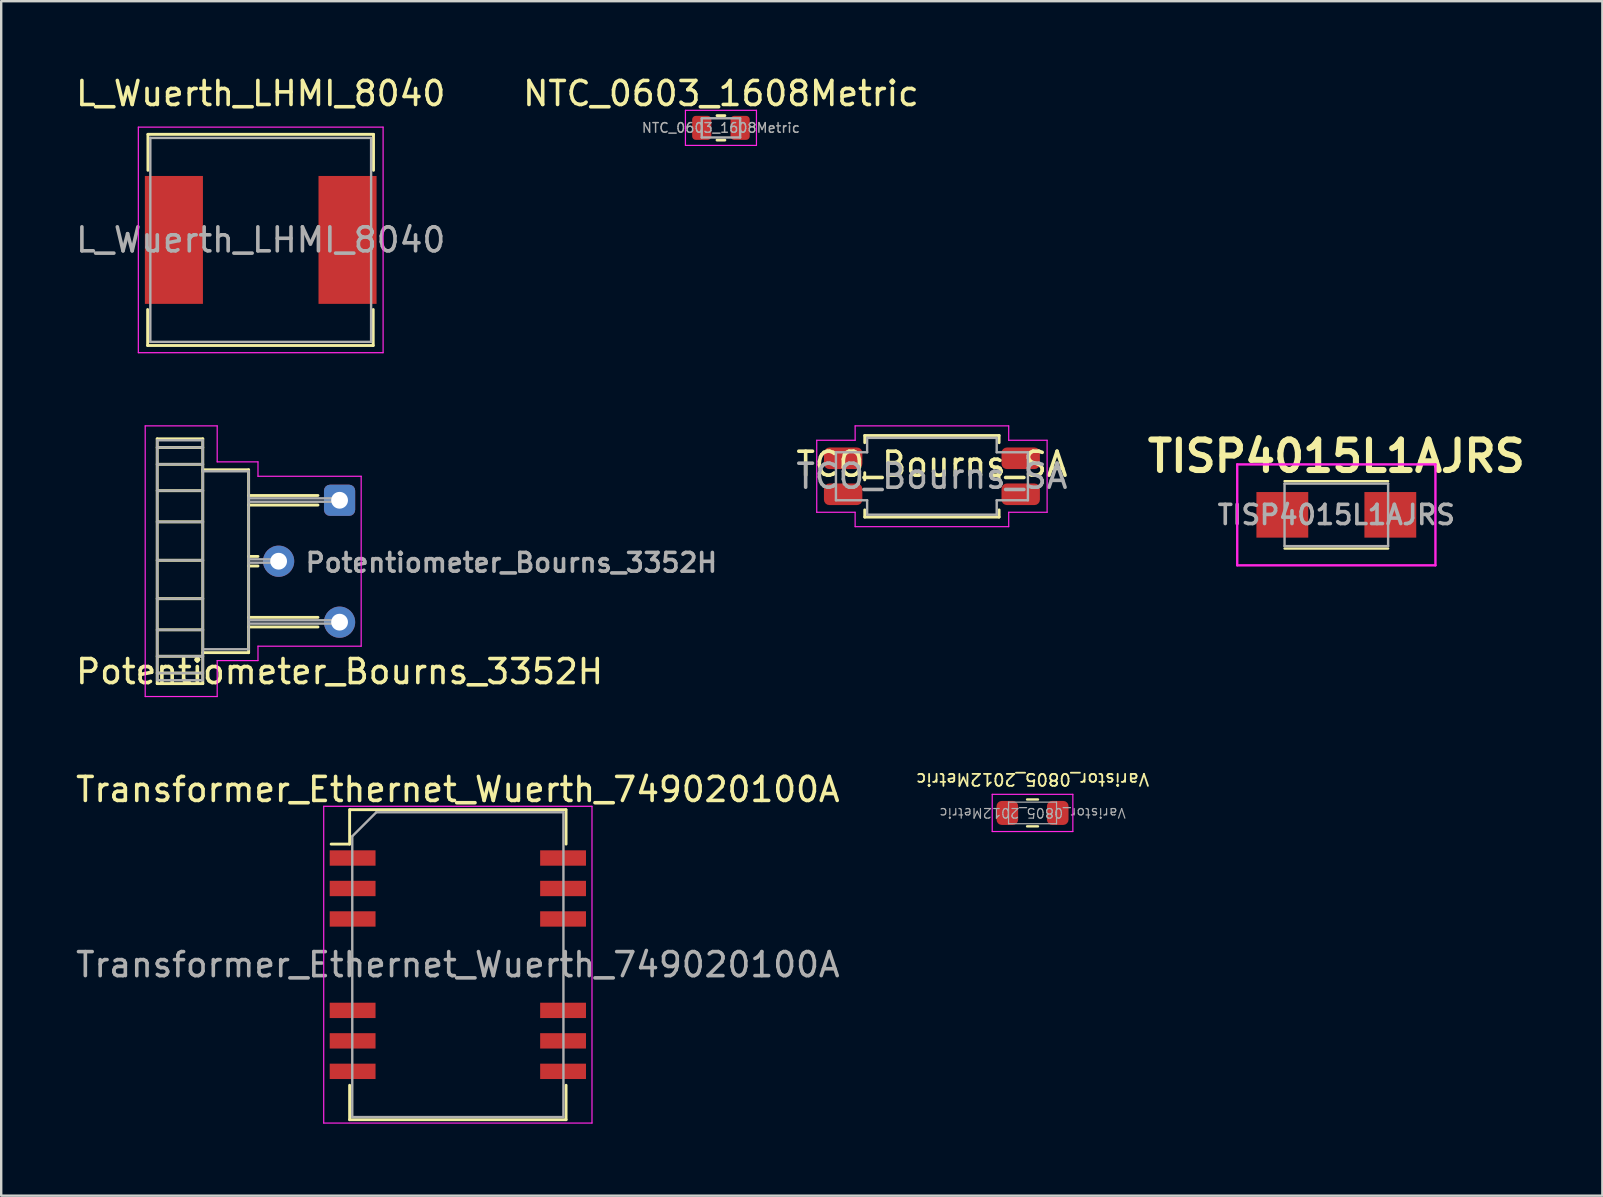
<source format=kicad_pcb>
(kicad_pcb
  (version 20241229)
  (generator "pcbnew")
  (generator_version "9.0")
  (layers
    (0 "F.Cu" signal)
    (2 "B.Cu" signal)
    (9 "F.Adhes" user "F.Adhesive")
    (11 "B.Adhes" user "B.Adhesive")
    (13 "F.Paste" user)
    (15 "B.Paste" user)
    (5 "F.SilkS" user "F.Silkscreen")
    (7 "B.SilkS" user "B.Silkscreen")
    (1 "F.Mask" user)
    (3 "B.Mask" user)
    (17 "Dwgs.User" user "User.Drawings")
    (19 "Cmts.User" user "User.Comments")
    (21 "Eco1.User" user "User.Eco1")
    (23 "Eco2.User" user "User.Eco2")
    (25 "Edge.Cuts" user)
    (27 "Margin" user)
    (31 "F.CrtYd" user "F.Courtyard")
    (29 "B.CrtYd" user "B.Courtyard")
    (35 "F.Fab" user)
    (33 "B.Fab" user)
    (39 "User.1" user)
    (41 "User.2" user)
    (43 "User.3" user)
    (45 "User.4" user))
  (footprint "TISP4015L1AJRS"
    (layer "F.Cu")
    (at 52.639 18.405)
    (property "Reference" "TISP4015L1AJRS" (at 0 -1.7 0) (layer "F.SilkS") (effects (font (size 1.27 1.27) (thickness 0.254)) (justify bottom)))
    (attr smd)
    (fp_line (start -2.158 -1.403) (end 2.158 -1.403) (stroke (width 0.1) (type solid)) (layer "F.SilkS"))
    (fp_line (start -2.158 1.403) (end 2.158 1.403) (stroke (width 0.1) (type solid)) (layer "F.SilkS"))
    (fp_line (start -4.13 -2.103) (end 4.13 -2.103) (stroke (width 0.1) (type solid)) (layer "F.CrtYd"))
    (fp_line (start -4.13 2.103) (end -4.13 -2.103) (stroke (width 0.1) (type solid)) (layer "F.CrtYd"))
    (fp_line (start 4.13 -2.103) (end 4.13 2.103) (stroke (width 0.1) (type solid)) (layer "F.CrtYd"))
    (fp_line (start 4.13 2.103) (end -4.13 2.103) (stroke (width 0.1) (type solid)) (layer "F.CrtYd"))
    (fp_line (start -2.158 -1.303) (end 2.158 -1.303) (stroke (width 0.1) (type solid)) (layer "F.Fab"))
    (fp_line (start -2.158 1.303) (end -2.158 -1.303) (stroke (width 0.1) (type solid)) (layer "F.Fab"))
    (fp_line (start 2.158 -1.303) (end 2.158 1.303) (stroke (width 0.1) (type solid)) (layer "F.Fab"))
    (fp_line (start 2.158 1.303) (end -2.158 1.303) (stroke (width 0.1) (type solid)) (layer "F.Fab"))
    (fp_text user "${REFERENCE}" (at 0 0 0) (layer "F.Fab") (effects (font (size 0.8 0.8) (thickness 0.15))))
    (pad "1" smd rect (at -2.25 0 90) (size 1.9 2.16) (layers "F.Cu" "F.Mask" "F.Paste"))
    (pad "2" smd rect (at 2.25 0 90) (size 1.9 2.16) (layers "F.Cu" "F.Mask" "F.Paste")))
  (footprint "L_Wuerth_LHMI_8040"
    (layer "F.Cu")
    (at 7.815 6.948)
    (property "Reference" "L_Wuerth_LHMI_8040" (at 0 -6.1 0) (layer "F.SilkS") (effects (font (size 1 1) (thickness 0.15))))
    (attr smd)
    (fp_line (start -4.712 4.4) (end -4.712 2.9) (stroke (width 0.12) (type solid)) (layer "F.SilkS"))
    (fp_line (start -4.7 -4.4) (end 4.7 -4.4) (stroke (width 0.12) (type solid)) (layer "F.SilkS"))
    (fp_line (start -4.7 -2.9) (end -4.7 -4.4) (stroke (width 0.12) (type solid)) (layer "F.SilkS"))
    (fp_line (start 4.688 2.9) (end 4.688 4.4) (stroke (width 0.12) (type solid)) (layer "F.SilkS"))
    (fp_line (start 4.688 4.4) (end -4.712 4.4) (stroke (width 0.12) (type solid)) (layer "F.SilkS"))
    (fp_line (start 4.7 -4.4) (end 4.7 -2.9) (stroke (width 0.12) (type solid)) (layer "F.SilkS"))
    (fp_line (start -5.1 4.7) (end -5.1 -4.7) (stroke (width 0.05) (type solid)) (layer "F.CrtYd"))
    (fp_line (start -5.1 4.7) (end 5.1 4.7) (stroke (width 0.05) (type solid)) (layer "F.CrtYd"))
    (fp_line (start 5.1 -4.7) (end -5.1 -4.7) (stroke (width 0.05) (type solid)) (layer "F.CrtYd"))
    (fp_line (start 5.1 4.7) (end 5.1 -4.7) (stroke (width 0.05) (type solid)) (layer "F.CrtYd"))
    (fp_line (start -4.6 -4.25) (end -4.6 4.25) (stroke (width 0.1) (type solid)) (layer "F.Fab"))
    (fp_line (start 4.6 -4.25) (end -4.6 -4.25) (stroke (width 0.1) (type solid)) (layer "F.Fab"))
    (fp_line (start 4.6 -4.25) (end 4.6 4.25) (stroke (width 0.1) (type solid)) (layer "F.Fab"))
    (fp_line (start 4.6 4.25) (end -4.6 4.25) (stroke (width 0.1) (type solid)) (layer "F.Fab"))
    (fp_text user "${REFERENCE}" (at 0 0 0) (layer "F.Fab") (effects (font (size 1 1) (thickness 0.15))))
    (pad "1" smd rect (at -3.618 0) (size 2.42 5.33) (layers "F.Cu" "F.Mask" "F.Paste"))
    (pad "2" smd rect (at 3.618 0) (size 2.42 5.33) (layers "F.Cu" "F.Mask" "F.Paste")))
  (footprint "TCO_Bourns_SA"
    (layer "F.Cu")
    (at 35.786 16.798)
    (property "Reference" "TCO_Bourns_SA" (at 0 -0.5 0) (unlocked yes) (layer "F.SilkS") (effects (font (size 1 1) (thickness 0.15))))
    (attr smd)
    (fp_line (start -2.8 -1.7) (end 2.8 -1.7) (stroke (width 0.12) (type default)) (layer "F.SilkS"))
    (fp_line (start -2.8 -1.4) (end -2.8 -1.7) (stroke (width 0.12) (type default)) (layer "F.SilkS"))
    (fp_line (start -2.8 -0.15) (end -2.8 0.15) (stroke (width 0.12) (type default)) (layer "F.SilkS"))
    (fp_line (start -2.8 1.4) (end -2.8 1.7) (stroke (width 0.12) (type default)) (layer "F.SilkS"))
    (fp_line (start -2.8 1.7) (end 2.8 1.7) (stroke (width 0.12) (type default)) (layer "F.SilkS"))
    (fp_line (start 2.8 -1.4) (end 2.8 -1.7) (stroke (width 0.12) (type default)) (layer "F.SilkS"))
    (fp_line (start 2.8 -0.15) (end 2.8 0.15) (stroke (width 0.12) (type default)) (layer "F.SilkS"))
    (fp_line (start 2.8 1.4) (end 2.8 1.7) (stroke (width 0.12) (type default)) (layer "F.SilkS"))
    (fp_line (start -4.8 -1.5) (end -4.8 1.5) (stroke (width 0.05) (type default)) (layer "F.CrtYd"))
    (fp_line (start -4.8 1.5) (end -3.2 1.5) (stroke (width 0.05) (type default)) (layer "F.CrtYd"))
    (fp_line (start -3.2 -2.1) (end -3.2 -1.5) (stroke (width 0.05) (type default)) (layer "F.CrtYd"))
    (fp_line (start -3.2 -1.5) (end -4.8 -1.5) (stroke (width 0.05) (type default)) (layer "F.CrtYd"))
    (fp_line (start -3.2 1.5) (end -3.2 2.1) (stroke (width 0.05) (type default)) (layer "F.CrtYd"))
    (fp_line (start -3.2 2.1) (end 3.2 2.1) (stroke (width 0.05) (type default)) (layer "F.CrtYd"))
    (fp_line (start 3.2 -2.1) (end -3.2 -2.1) (stroke (width 0.05) (type default)) (layer "F.CrtYd"))
    (fp_line (start 3.2 -1.5) (end 3.2 -2.1) (stroke (width 0.05) (type default)) (layer "F.CrtYd"))
    (fp_line (start 3.2 1.5) (end 4.8 1.5) (stroke (width 0.05) (type default)) (layer "F.CrtYd"))
    (fp_line (start 3.2 2.1) (end 3.2 1.5) (stroke (width 0.05) (type default)) (layer "F.CrtYd"))
    (fp_line (start 4.8 -1.5) (end 3.2 -1.5) (stroke (width 0.05) (type default)) (layer "F.CrtYd"))
    (fp_line (start 4.8 1.5) (end 4.8 -1.5) (stroke (width 0.05) (type default)) (layer "F.CrtYd"))
    (fp_line (start -4 -1) (end -4 1) (stroke (width 0.1) (type default)) (layer "F.Fab"))
    (fp_line (start -4 -1) (end -2.7 -1) (stroke (width 0.1) (type default)) (layer "F.Fab"))
    (fp_line (start -4 1) (end -2.7 1) (stroke (width 0.1) (type default)) (layer "F.Fab"))
    (fp_line (start -2.7 -1) (end -2.7 -1.6) (stroke (width 0.1) (type default)) (layer "F.Fab"))
    (fp_line (start -2.7 1) (end -2.7 1.6) (stroke (width 0.1) (type default)) (layer "F.Fab"))
    (fp_line (start -2.7 1.6) (end 2.7 1.6) (stroke (width 0.1) (type default)) (layer "F.Fab"))
    (fp_line (start 2.7 -1.6) (end -2.7 -1.6) (stroke (width 0.1) (type default)) (layer "F.Fab"))
    (fp_line (start 2.7 -1) (end 2.7 -1.6) (stroke (width 0.1) (type default)) (layer "F.Fab"))
    (fp_line (start 2.7 1) (end 2.7 1.6) (stroke (width 0.1) (type default)) (layer "F.Fab"))
    (fp_line (start 4 -1) (end 2.7 -1) (stroke (width 0.1) (type default)) (layer "F.Fab"))
    (fp_line (start 4 -1) (end 4 1) (stroke (width 0.1) (type default)) (layer "F.Fab"))
    (fp_line (start 4 1) (end 2.7 1) (stroke (width 0.1) (type default)) (layer "F.Fab"))
    (fp_text user "${REFERENCE}" (at 0 0 0) (unlocked yes) (layer "F.Fab") (effects (font (size 1 1) (thickness 0.15))))
    (pad "1" smd roundrect (at -3.7 -0.75) (size 1.6 0.9) (layers "F.Cu" "F.Mask" "F.Paste") (roundrect_rratio 0.25))
    (pad "1" smd roundrect (at -3.7 0.75) (size 1.6 0.9) (layers "F.Cu" "F.Mask" "F.Paste") (roundrect_rratio 0.25))
    (pad "2" smd roundrect (at 3.7 -0.75) (size 1.6 0.9) (layers "F.Cu" "F.Mask" "F.Paste") (roundrect_rratio 0.25))
    (pad "2" smd roundrect (at 3.7 0.75) (size 1.6 0.9) (layers "F.Cu" "F.Mask" "F.Paste") (roundrect_rratio 0.25)))
  (footprint "Transformer_Ethernet_Wuerth_749020100A"
    (layer "F.Cu")
    (at 16.03 37.151)
    (property "Reference" "Transformer_Ethernet_Wuerth_749020100A" (at 0 -7.3 0) (layer "F.SilkS") (effects (font (size 1 1) (thickness 0.15))))
    (attr smd)
    (fp_line (start -4.51 -6.46) (end -4.51 -5.025) (stroke (width 0.12) (type solid)) (layer "F.SilkS"))
    (fp_line (start -4.51 -5.025) (end -5.28 -5.025) (stroke (width 0.12) (type solid)) (layer "F.SilkS"))
    (fp_line (start -4.51 6.46) (end -4.51 5.025) (stroke (width 0.12) (type solid)) (layer "F.SilkS"))
    (fp_line (start -4.51 6.46) (end 4.51 6.46) (stroke (width 0.12) (type solid)) (layer "F.SilkS"))
    (fp_line (start -4.5 -6.46) (end 4.5 -6.46) (stroke (width 0.12) (type solid)) (layer "F.SilkS"))
    (fp_line (start 4.51 -6.46) (end 4.51 -5.025) (stroke (width 0.12) (type solid)) (layer "F.SilkS"))
    (fp_line (start 4.51 6.46) (end 4.51 5.025) (stroke (width 0.12) (type solid)) (layer "F.SilkS"))
    (fp_line (start -5.59 -6.6) (end -5.59 6.6) (stroke (width 0.05) (type solid)) (layer "F.CrtYd"))
    (fp_line (start -5.59 -6.6) (end 5.59 -6.6) (stroke (width 0.05) (type solid)) (layer "F.CrtYd"))
    (fp_line (start -5.59 6.6) (end 5.59 6.6) (stroke (width 0.05) (type solid)) (layer "F.CrtYd"))
    (fp_line (start 5.59 -6.6) (end 5.59 6.6) (stroke (width 0.05) (type solid)) (layer "F.CrtYd"))
    (fp_line (start -4.4 -5.35) (end -4.4 6.35) (stroke (width 0.1) (type solid)) (layer "F.Fab"))
    (fp_line (start -4.4 -5.35) (end -3.4 -6.35) (stroke (width 0.1) (type solid)) (layer "F.Fab"))
    (fp_line (start -4.4 6.35) (end 4.4 6.35) (stroke (width 0.1) (type solid)) (layer "F.Fab"))
    (fp_line (start -3.4 -6.35) (end 4.4 -6.35) (stroke (width 0.1) (type solid)) (layer "F.Fab"))
    (fp_line (start 4.4 -6.35) (end 4.4 6.35) (stroke (width 0.1) (type solid)) (layer "F.Fab"))
    (fp_text user "${REFERENCE}" (at 0 0 0) (layer "F.Fab") (effects (font (size 1 1) (thickness 0.15))))
    (pad "1" smd rect (at -4.385 -4.445) (size 1.91 0.64) (layers "F.Cu" "F.Mask" "F.Paste"))
    (pad "2" smd rect (at -4.385 -3.175) (size 1.91 0.64) (layers "F.Cu" "F.Mask" "F.Paste"))
    (pad "3" smd rect (at -4.385 -1.905) (size 1.91 0.64) (layers "F.Cu" "F.Mask" "F.Paste"))
    (pad "6" smd rect (at -4.385 1.905) (size 1.91 0.64) (layers "F.Cu" "F.Mask" "F.Paste"))
    (pad "7" smd rect (at -4.385 3.175) (size 1.91 0.64) (layers "F.Cu" "F.Mask" "F.Paste"))
    (pad "8" smd rect (at -4.385 4.445) (size 1.91 0.64) (layers "F.Cu" "F.Mask" "F.Paste"))
    (pad "9" smd rect (at 4.385 4.445) (size 1.91 0.64) (layers "F.Cu" "F.Mask" "F.Paste"))
    (pad "10" smd rect (at 4.385 3.175) (size 1.91 0.64) (layers "F.Cu" "F.Mask" "F.Paste"))
    (pad "11" smd rect (at 4.385 1.905) (size 1.91 0.64) (layers "F.Cu" "F.Mask" "F.Paste"))
    (pad "14" smd rect (at 4.385 -1.905) (size 1.91 0.64) (layers "F.Cu" "F.Mask" "F.Paste"))
    (pad "15" smd rect (at 4.385 -3.175) (size 1.91 0.64) (layers "F.Cu" "F.Mask" "F.Paste"))
    (pad "16" smd rect (at 4.385 -4.445) (size 1.91 0.64) (layers "F.Cu" "F.Mask" "F.Paste")))
  (footprint "Potentiometer_Bourns_3352H"
    (layer "F.Cu")
    (at 11.101 17.798)
    (property "Reference" "Potentiometer_Bourns_3352H" (at 0 7.14 180) (layer "F.SilkS") (effects (font (size 1 1) (thickness 0.15))))
    (attr through_hole)
    (fp_line (start -7.6 -2.56) (end -5.7 -2.56) (stroke (width 0.12) (type solid)) (layer "F.SilkS"))
    (fp_line (start -7.6 -2.2) (end -5.7 -2.2) (stroke (width 0.12) (type solid)) (layer "F.SilkS"))
    (fp_line (start -7.6 -1.5) (end -5.7 -1.5) (stroke (width 0.12) (type solid)) (layer "F.SilkS"))
    (fp_line (start -7.6 -0.4) (end -5.7 -0.4) (stroke (width 0.12) (type solid)) (layer "F.SilkS"))
    (fp_line (start -7.6 0.9) (end -5.7 0.9) (stroke (width 0.12) (type solid)) (layer "F.SilkS"))
    (fp_line (start -7.6 7.64) (end -7.6 -2.56) (stroke (width 0.12) (type solid)) (layer "F.SilkS"))
    (fp_line (start -7.6 7.64) (end -5.7 7.64) (stroke (width 0.12) (type solid)) (layer "F.SilkS"))
    (fp_line (start -5.7 -1.27) (end -3.79 -1.27) (stroke (width 0.12) (type solid)) (layer "F.SilkS"))
    (fp_line (start -5.7 -1.2) (end -5.7 -2.56) (stroke (width 0.12) (type solid)) (layer "F.SilkS"))
    (fp_line (start -5.7 2.5) (end -7.6 2.5) (stroke (width 0.12) (type solid)) (layer "F.SilkS"))
    (fp_line (start -5.7 4.1) (end -7.6 4.1) (stroke (width 0.12) (type solid)) (layer "F.SilkS"))
    (fp_line (start -5.7 5.4) (end -7.6 5.4) (stroke (width 0.12) (type solid)) (layer "F.SilkS"))
    (fp_line (start -5.7 6.35) (end -3.79 6.35) (stroke (width 0.12) (type solid)) (layer "F.SilkS"))
    (fp_line (start -5.7 6.5) (end -7.6 6.5) (stroke (width 0.12) (type solid)) (layer "F.SilkS"))
    (fp_line (start -5.7 7.2) (end -7.6 7.2) (stroke (width 0.12) (type solid)) (layer "F.SilkS"))
    (fp_line (start -5.7 7.64) (end -5.7 -1.2) (stroke (width 0.12) (type solid)) (layer "F.SilkS"))
    (fp_line (start -3.79 -0.2) (end -0.9 -0.2) (stroke (width 0.12) (type solid)) (layer "F.SilkS"))
    (fp_line (start -3.79 0.2) (end -0.9 0.2) (stroke (width 0.12) (type solid)) (layer "F.SilkS"))
    (fp_line (start -3.79 2.34) (end -3.4 2.34) (stroke (width 0.12) (type solid)) (layer "F.SilkS"))
    (fp_line (start -3.79 2.74) (end -3.4 2.74) (stroke (width 0.12) (type solid)) (layer "F.SilkS"))
    (fp_line (start -3.79 4.88) (end -0.9 4.88) (stroke (width 0.12) (type solid)) (layer "F.SilkS"))
    (fp_line (start -3.79 5.28) (end -0.9 5.28) (stroke (width 0.12) (type solid)) (layer "F.SilkS"))
    (fp_line (start -3.79 6.35) (end -3.79 -1.27) (stroke (width 0.12) (type solid)) (layer "F.SilkS"))
    (fp_line (start -8.1 -3.1) (end -8.1 8.18) (stroke (width 0.05) (type solid)) (layer "F.CrtYd"))
    (fp_line (start -5.1 -3.1) (end -8.1 -3.1) (stroke (width 0.05) (type solid)) (layer "F.CrtYd"))
    (fp_line (start -5.1 -3.1) (end -5.1 -1.6) (stroke (width 0.05) (type solid)) (layer "F.CrtYd"))
    (fp_line (start -5.1 8.18) (end -8.1 8.18) (stroke (width 0.05) (type solid)) (layer "F.CrtYd"))
    (fp_line (start -5.1 8.18) (end -5.1 6.68) (stroke (width 0.05) (type solid)) (layer "F.CrtYd"))
    (fp_line (start -3.4 -1.6) (end -5.1 -1.6) (stroke (width 0.05) (type solid)) (layer "F.CrtYd"))
    (fp_line (start -3.4 -1.6) (end -3.4 -1) (stroke (width 0.05) (type solid)) (layer "F.CrtYd"))
    (fp_line (start -3.4 6.68) (end -5.1 6.68) (stroke (width 0.05) (type solid)) (layer "F.CrtYd"))
    (fp_line (start -3.4 6.68) (end -3.4 6.08) (stroke (width 0.05) (type solid)) (layer "F.CrtYd"))
    (fp_line (start 0.9 -1) (end -3.4 -1) (stroke (width 0.05) (type solid)) (layer "F.CrtYd"))
    (fp_line (start 0.9 6.08) (end -3.4 6.08) (stroke (width 0.05) (type solid)) (layer "F.CrtYd"))
    (fp_line (start 0.9 6.08) (end 0.9 -1) (stroke (width 0.05) (type solid)) (layer "F.CrtYd"))
    (fp_line (start -7.6 -2.5) (end -5.7 -2.5) (stroke (width 0.1) (type solid)) (layer "F.Fab"))
    (fp_line (start -7.6 -2.2) (end -5.7 -2.2) (stroke (width 0.1) (type solid)) (layer "F.Fab"))
    (fp_line (start -7.6 -1.5) (end -5.7 -1.5) (stroke (width 0.1) (type solid)) (layer "F.Fab"))
    (fp_line (start -7.6 -0.4) (end -5.7 -0.4) (stroke (width 0.1) (type solid)) (layer "F.Fab"))
    (fp_line (start -7.6 0.9) (end -5.7 0.9) (stroke (width 0.1) (type solid)) (layer "F.Fab"))
    (fp_line (start -7.6 7.5) (end -7.6 -2.5) (stroke (width 0.1) (type solid)) (layer "F.Fab"))
    (fp_line (start -7.6 7.5) (end -5.7 7.5) (stroke (width 0.1) (type solid)) (layer "F.Fab"))
    (fp_line (start -5.7 -1.21) (end -3.79 -1.21) (stroke (width 0.1) (type solid)) (layer "F.Fab"))
    (fp_line (start -5.7 -1.2) (end -5.7 -2.5) (stroke (width 0.1) (type solid)) (layer "F.Fab"))
    (fp_line (start -5.7 2.5) (end -7.6 2.5) (stroke (width 0.1) (type solid)) (layer "F.Fab"))
    (fp_line (start -5.7 4.1) (end -7.6 4.1) (stroke (width 0.1) (type solid)) (layer "F.Fab"))
    (fp_line (start -5.7 5.4) (end -7.6 5.4) (stroke (width 0.1) (type solid)) (layer "F.Fab"))
    (fp_line (start -5.7 6.21) (end -3.79 6.21) (stroke (width 0.1) (type solid)) (layer "F.Fab"))
    (fp_line (start -5.7 6.5) (end -7.6 6.5) (stroke (width 0.1) (type solid)) (layer "F.Fab"))
    (fp_line (start -5.7 7.2) (end -7.6 7.2) (stroke (width 0.1) (type solid)) (layer "F.Fab"))
    (fp_line (start -5.7 7.5) (end -5.7 -1.34) (stroke (width 0.1) (type solid)) (layer "F.Fab"))
    (fp_line (start -3.795 0.06) (end 0 0.06) (stroke (width 0.1) (type solid)) (layer "F.Fab"))
    (fp_line (start -3.79 -0.08) (end 0 -0.08) (stroke (width 0.1) (type solid)) (layer "F.Fab"))
    (fp_line (start -3.79 2.46) (end -2.5 2.46) (stroke (width 0.1) (type solid)) (layer "F.Fab"))
    (fp_line (start -3.79 2.6) (end -2.5 2.6) (stroke (width 0.1) (type solid)) (layer "F.Fab"))
    (fp_line (start -3.79 5) (end 0 5) (stroke (width 0.1) (type solid)) (layer "F.Fab"))
    (fp_line (start -3.79 5.14) (end 0 5.14) (stroke (width 0.1) (type solid)) (layer "F.Fab"))
    (fp_line (start -3.79 6.21) (end -3.79 -1.21) (stroke (width 0.1) (type solid)) (layer "F.Fab"))
    (fp_line (start -2.5 2.46) (end -2.5 2.6) (stroke (width 0.1) (type solid)) (layer "F.Fab"))
    (fp_line (start 0 -0.08) (end 0 0.06) (stroke (width 0.1) (type solid)) (layer "F.Fab"))
    (fp_line (start 0 5) (end 0 5.14) (stroke (width 0.1) (type solid)) (layer "F.Fab"))
    (fp_text user "${REFERENCE}" (at -1.5 2.6 180) (layer "F.Fab") (effects (font (size 0.78 0.78) (thickness 0.15)) (justify left)))
    (pad "1" thru_hole roundrect (at 0 0 180) (size 1.3 1.3) (drill 0.7) (layers "*.Cu" "*.Mask") (roundrect_rratio 0.192))
    (pad "2" thru_hole circle (at -2.54 2.54 180) (size 1.3 1.3) (drill 0.7) (layers "*.Cu" "*.Mask"))
    (pad "3" thru_hole circle (at 0 5.08 180) (size 1.3 1.3) (drill 0.7) (layers "*.Cu" "*.Mask")))
  (footprint "NTC_0603_1608Metric"
    (layer "F.Cu")
    (at 26.994 2.278)
    (property "Reference" "NTC_0603_1608Metric" (at 0 -1.43 0) (layer "F.SilkS") (effects (font (size 1 1) (thickness 0.15))))
    (attr smd)
    (fp_line (start -0.163 -0.51) (end 0.163 -0.51) (stroke (width 0.12) (type solid)) (layer "F.SilkS"))
    (fp_line (start -0.163 0.51) (end 0.163 0.51) (stroke (width 0.12) (type solid)) (layer "F.SilkS"))
    (fp_line (start -1.48 -0.73) (end 1.48 -0.73) (stroke (width 0.05) (type solid)) (layer "F.CrtYd"))
    (fp_line (start -1.48 0.73) (end -1.48 -0.73) (stroke (width 0.05) (type solid)) (layer "F.CrtYd"))
    (fp_line (start 1.48 -0.73) (end 1.48 0.73) (stroke (width 0.05) (type solid)) (layer "F.CrtYd"))
    (fp_line (start 1.48 0.73) (end -1.48 0.73) (stroke (width 0.05) (type solid)) (layer "F.CrtYd"))
    (fp_line (start -0.8 -0.4) (end 0.8 -0.4) (stroke (width 0.1) (type solid)) (layer "F.Fab"))
    (fp_line (start -0.8 0.4) (end -0.8 -0.4) (stroke (width 0.1) (type solid)) (layer "F.Fab"))
    (fp_line (start 0.8 -0.4) (end 0.8 0.4) (stroke (width 0.1) (type solid)) (layer "F.Fab"))
    (fp_line (start 0.8 0.4) (end -0.8 0.4) (stroke (width 0.1) (type solid)) (layer "F.Fab"))
    (fp_text user "${REFERENCE}" (at 0 0 0) (layer "F.Fab") (effects (font (size 0.4 0.4) (thickness 0.06))))
    (pad "1" smd roundrect (at -0.8 0) (size 0.8 1) (layers "F.Cu" "F.Mask" "F.Paste") (roundrect_rratio 0.188))
    (pad "2" smd roundrect (at 0.8 0) (size 0.8 1) (layers "F.Cu" "F.Mask" "F.Paste") (roundrect_rratio 0.188)))
  (footprint "Varistor_0805_2012Metric"
    (layer "F.Cu")
    (at 39.979 30.827)
    (property "Reference" "Varistor_0805_2012Metric" (at 0 -1.4 180) (unlocked yes) (layer "F.SilkS") (effects (font (size 0.5 0.5) (thickness 0.075))))
    (attr smd)
    (fp_line (start -0.227 -0.56) (end 0.227 -0.56) (stroke (width 0.1) (type solid)) (layer "F.SilkS"))
    (fp_line (start -0.227 0.56) (end 0.227 0.56) (stroke (width 0.1) (type solid)) (layer "F.SilkS"))
    (fp_line (start -1.68 -0.775) (end 1.68 -0.775) (stroke (width 0.05) (type solid)) (layer "F.CrtYd"))
    (fp_line (start -1.68 0.775) (end -1.68 -0.775) (stroke (width 0.05) (type solid)) (layer "F.CrtYd"))
    (fp_line (start 1.68 -0.775) (end 1.68 0.775) (stroke (width 0.05) (type solid)) (layer "F.CrtYd"))
    (fp_line (start 1.68 0.775) (end -1.68 0.775) (stroke (width 0.05) (type solid)) (layer "F.CrtYd"))
    (fp_line (start -1 -0.45) (end 1 -0.45) (stroke (width 0.05) (type solid)) (layer "F.Fab"))
    (fp_line (start -1 0.45) (end -1 -0.45) (stroke (width 0.05) (type solid)) (layer "F.Fab"))
    (fp_line (start 1 -0.45) (end 1 0.45) (stroke (width 0.05) (type solid)) (layer "F.Fab"))
    (fp_line (start 1 0.45) (end -1 0.45) (stroke (width 0.05) (type solid)) (layer "F.Fab"))
    (fp_text user "${REFERENCE}" (at 0 0 180) (unlocked yes) (layer "F.Fab") (effects (font (size 0.4 0.4) (thickness 0.05))))
    (pad "1" smd roundrect (at -1.05 0) (size 0.9 1) (layers "F.Cu" "F.Mask" "F.Paste") (roundrect_rratio 0.244))
    (pad "2" smd roundrect (at 1.05 0) (size 0.9 1) (layers "F.Cu" "F.Mask" "F.Paste") (roundrect_rratio 0.244)))
  (gr_rect
    (start -3 -3)
    (end 63.725 46.776)
    (stroke (width 0.1) (type default))
    (fill no)
    (layer "Edge.Cuts")))
</source>
